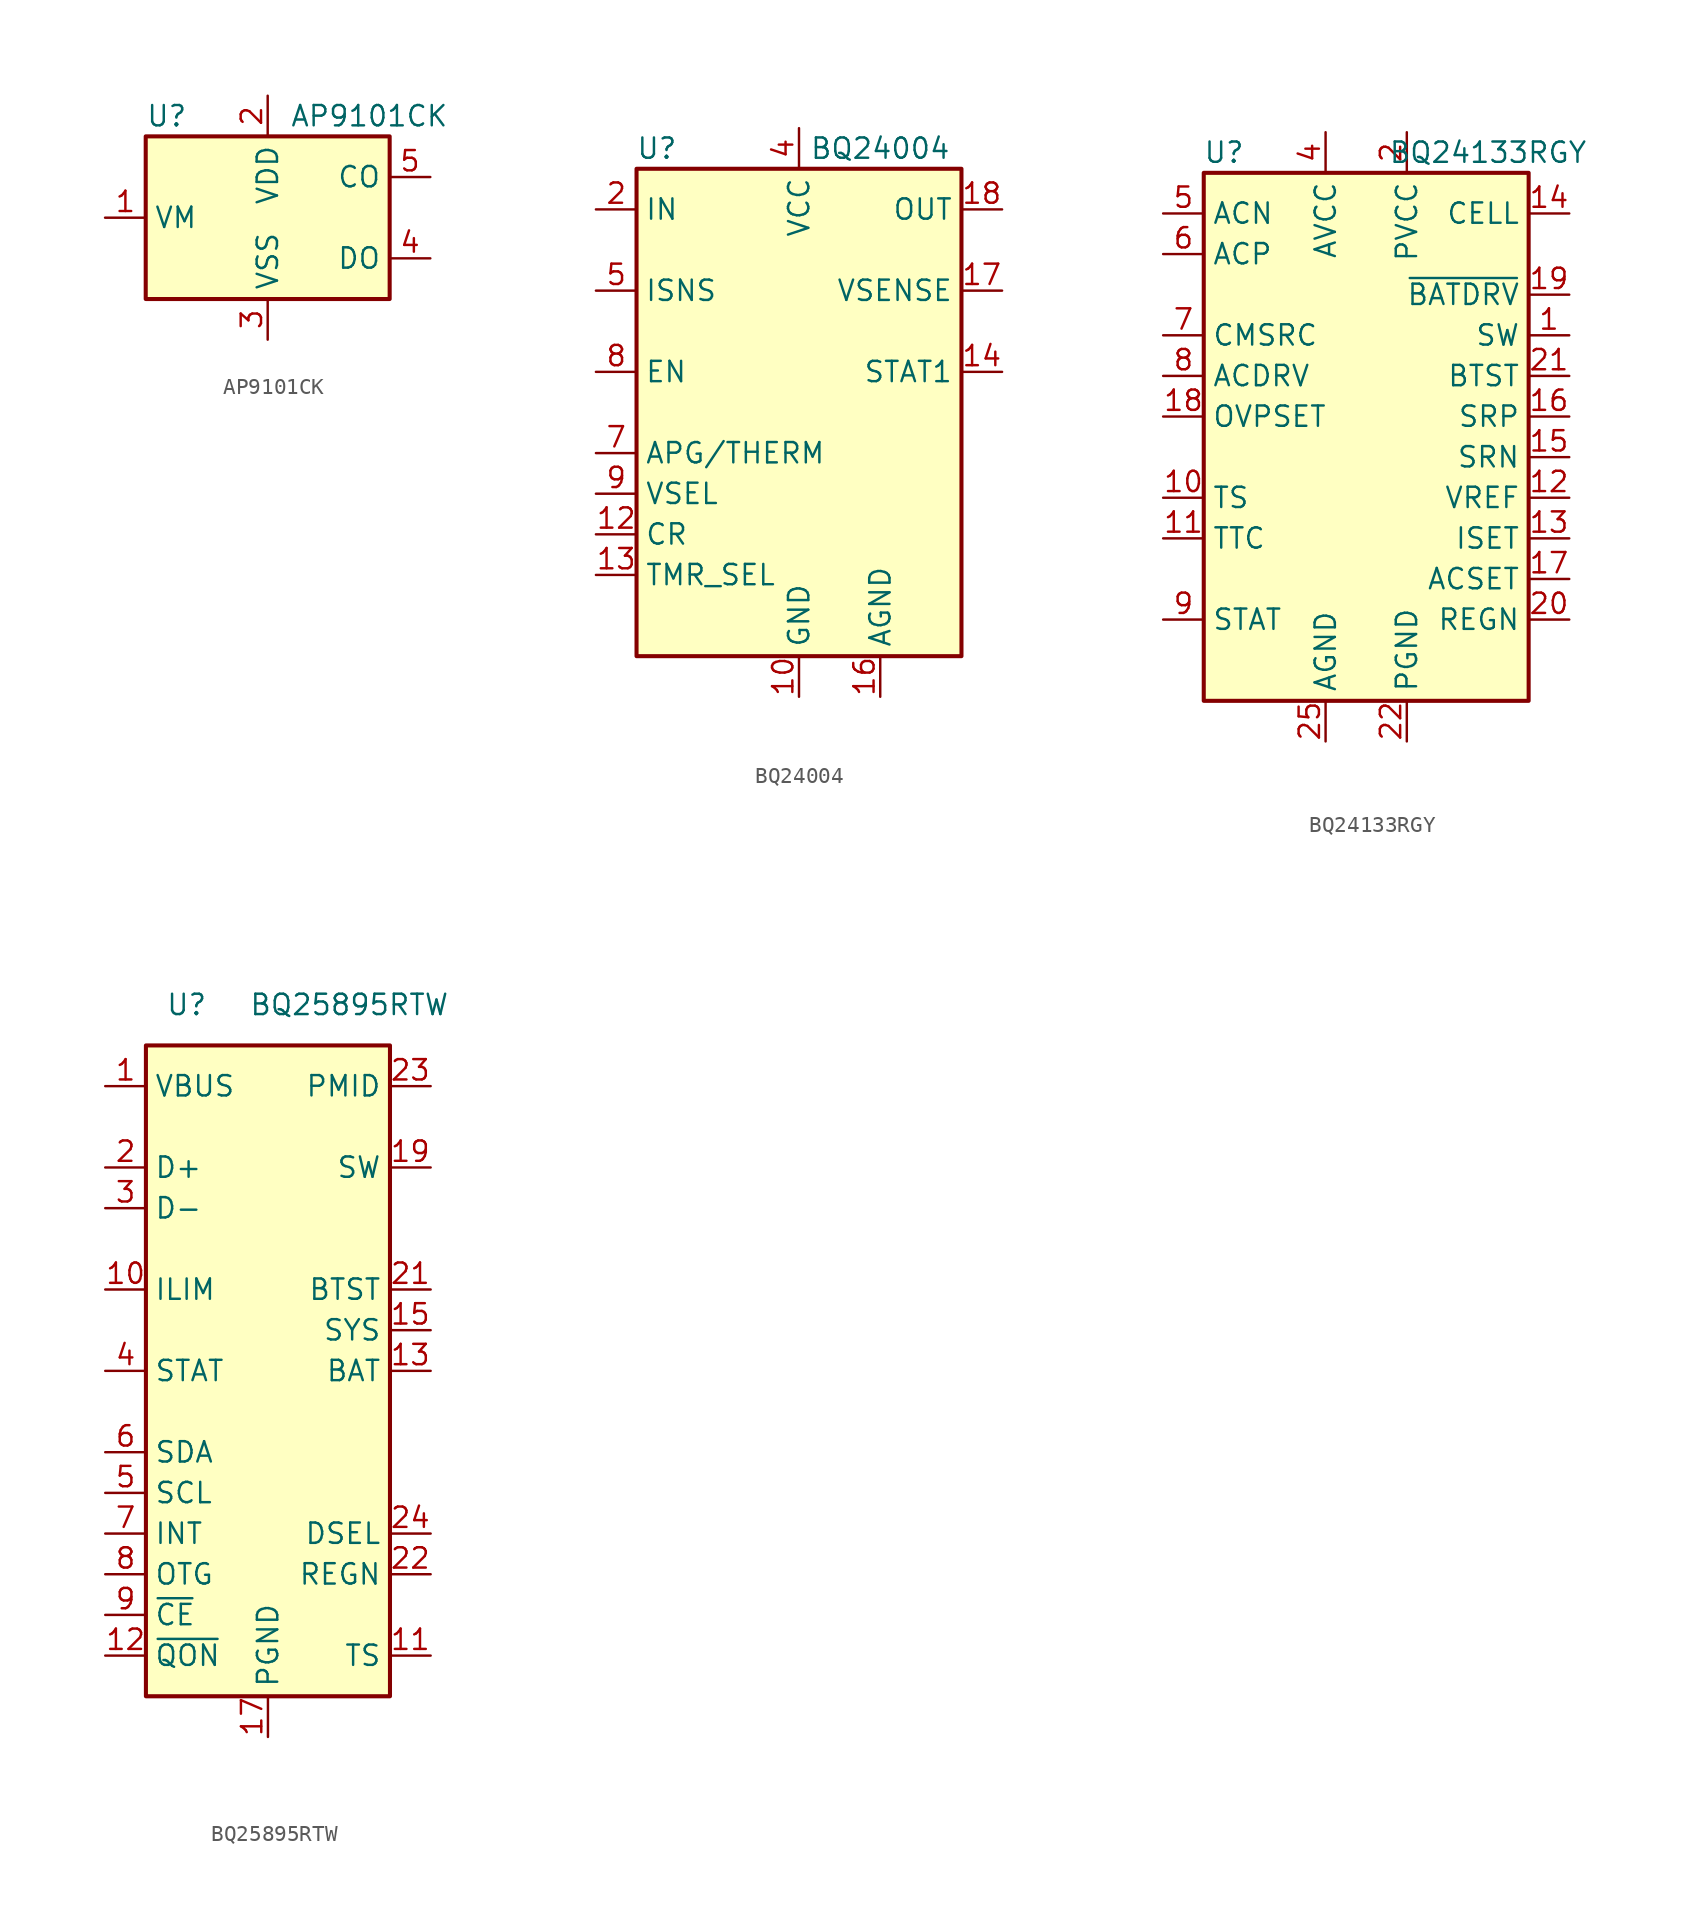
<source format=kicad_sym>
(kicad_symbol_lib
  (version 20211014)
  (generator kicad_symbol_editor)
  (symbol "AP9101CK"
    (property "Reference" "U"
      (at -7.62 6.35 0)
      (effects (font (size 1.27 1.27)) (justify left)))
    (property "Value" "AP9101CK"
      (at 6.35 6.35 0)
      (effects (font (size 1.27 1.27))))
    (symbol "AP9101CK_0_1"
      (rectangle (start -7.62 5.08) (end 7.62 -5.08) (stroke (width 0.254) (type default) (color 0 0 0 0)) (fill (type background))))
    (symbol "AP9101CK_1_1"
      (pin passive line (at -10.16 0 0) (length 2.54) (name "VM" (effects (font (size 1.27 1.27)))) (number "1" (effects (font (size 1.27 1.27)))))
      (pin power_in line (at 0 7.62 270) (length 2.54) (name "VDD" (effects (font (size 1.27 1.27)))) (number "2" (effects (font (size 1.27 1.27)))))
      (pin power_in line (at 0 -7.62 90) (length 2.54) (name "VSS" (effects (font (size 1.27 1.27)))) (number "3" (effects (font (size 1.27 1.27)))))
      (pin output line (at 10.16 -2.54 180) (length 2.54) (name "DO" (effects (font (size 1.27 1.27)))) (number "4" (effects (font (size 1.27 1.27)))))
      (pin output line (at 10.16 2.54 180) (length 2.54) (name "CO" (effects (font (size 1.27 1.27)))) (number "5" (effects (font (size 1.27 1.27)))))))
  (symbol "BQ24004"
    (property "Reference" "U"
      (at -8.89 16.51 0)
      (effects (font (size 1.27 1.27))))
    (property "Value" "BQ24004"
      (at 5.08 16.51 0)
      (effects (font (size 1.27 1.27))))
    (symbol "BQ24004_0_1"
      (rectangle (start -10.16 15.24) (end 10.16 -15.24) (stroke (width 0.254) (type default) (color 0 0 0 0)) (fill (type background))))
    (symbol "BQ24004_1_1"
      (pin no_connect line (at 10.16 -2.54 180) (length 2.54) hide (name "N/C" (effects (font (size 1.27 1.27)))) (number "1" (effects (font (size 1.27 1.27)))))
      (pin power_in line (at 0 -17.78 90) (length 2.54) (name "GND" (effects (font (size 1.27 1.27)))) (number "10" (effects (font (size 1.27 1.27)))))
      (pin no_connect line (at 10.16 -7.62 180) (length 2.54) hide (name "N/C" (effects (font (size 1.27 1.27)))) (number "11" (effects (font (size 1.27 1.27)))))
      (pin input line (at -12.7 -7.62 0) (length 2.54) (name "CR" (effects (font (size 1.27 1.27)))) (number "12" (effects (font (size 1.27 1.27)))))
      (pin input line (at -12.7 -10.16 0) (length 2.54) (name "TMR_SEL" (effects (font (size 1.27 1.27)))) (number "13" (effects (font (size 1.27 1.27)))))
      (pin output line (at 12.7 2.54 180) (length 2.54) (name "STAT1" (effects (font (size 1.27 1.27)))) (number "14" (effects (font (size 1.27 1.27)))))
      (pin no_connect line (at 10.16 0 180) (length 2.54) hide (name "N/C" (effects (font (size 1.27 1.27)))) (number "15" (effects (font (size 1.27 1.27)))))
      (pin power_in line (at 5.08 -17.78 90) (length 2.54) (name "AGND" (effects (font (size 1.27 1.27)))) (number "16" (effects (font (size 1.27 1.27)))))
      (pin input line (at 12.7 7.62 180) (length 2.54) (name "VSENSE" (effects (font (size 1.27 1.27)))) (number "17" (effects (font (size 1.27 1.27)))))
      (pin output line (at 12.7 12.7 180) (length 2.54) (name "OUT" (effects (font (size 1.27 1.27)))) (number "18" (effects (font (size 1.27 1.27)))))
      (pin passive line (at 12.7 12.7 180) (length 2.54) hide (name "OUT" (effects (font (size 1.27 1.27)))) (number "19" (effects (font (size 1.27 1.27)))))
      (pin input line (at -12.7 12.7 0) (length 2.54) (name "IN" (effects (font (size 1.27 1.27)))) (number "2" (effects (font (size 1.27 1.27)))))
      (pin no_connect line (at 10.16 -10.16 180) (length 2.54) hide (name "N/C" (effects (font (size 1.27 1.27)))) (number "20" (effects (font (size 1.27 1.27)))))
      (pin passive line (at 0 -17.78 90) (length 2.54) hide (name "GND" (effects (font (size 1.27 1.27)))) (number "21" (effects (font (size 1.27 1.27)))))
      (pin input line (at -12.7 12.7 0) (length 2.54) hide (name "IN" (effects (font (size 1.27 1.27)))) (number "3" (effects (font (size 1.27 1.27)))))
      (pin power_in line (at 0 17.78 270) (length 2.54) (name "VCC" (effects (font (size 1.27 1.27)))) (number "4" (effects (font (size 1.27 1.27)))))
      (pin input line (at -12.7 7.62 0) (length 2.54) (name "ISNS" (effects (font (size 1.27 1.27)))) (number "5" (effects (font (size 1.27 1.27)))))
      (pin no_connect line (at 10.16 -5.08 180) (length 2.54) hide (name "N/C" (effects (font (size 1.27 1.27)))) (number "6" (effects (font (size 1.27 1.27)))))
      (pin input line (at -12.7 -2.54 0) (length 2.54) (name "APG/THERM" (effects (font (size 1.27 1.27)))) (number "7" (effects (font (size 1.27 1.27)))))
      (pin input line (at -12.7 2.54 0) (length 2.54) (name "EN" (effects (font (size 1.27 1.27)))) (number "8" (effects (font (size 1.27 1.27)))))
      (pin input line (at -12.7 -5.08 0) (length 2.54) (name "VSEL" (effects (font (size 1.27 1.27)))) (number "9" (effects (font (size 1.27 1.27)))))))
  (symbol "BQ24133RGY"
    (property "Reference" "U"
      (at -8.89 19.05 0)
      (effects (font (size 1.27 1.27))))
    (property "Value" "BQ24133RGY"
      (at 7.62 19.05 0)
      (effects (font (size 1.27 1.27))))
    (symbol "BQ24133RGY_0_1"
      (rectangle (start -10.16 -15.24) (end 10.16 17.78) (stroke (width 0.254) (type default) (color 0 0 0 0)) (fill (type background))))
    (symbol "BQ24133RGY_1_1"
      (pin power_out line (at 12.7 7.62 180) (length 2.54) (name "SW" (effects (font (size 1.27 1.27)))) (number "1" (effects (font (size 1.27 1.27)))))
      (pin input line (at -12.7 -2.54 0) (length 2.54) (name "TS" (effects (font (size 1.27 1.27)))) (number "10" (effects (font (size 1.27 1.27)))))
      (pin passive line (at -12.7 -5.08 0) (length 2.54) (name "TTC" (effects (font (size 1.27 1.27)))) (number "11" (effects (font (size 1.27 1.27)))))
      (pin power_out line (at 12.7 -2.54 180) (length 2.54) (name "VREF" (effects (font (size 1.27 1.27)))) (number "12" (effects (font (size 1.27 1.27)))))
      (pin input line (at 12.7 -5.08 180) (length 2.54) (name "ISET" (effects (font (size 1.27 1.27)))) (number "13" (effects (font (size 1.27 1.27)))))
      (pin passive line (at 12.7 15.24 180) (length 2.54) (name "CELL" (effects (font (size 1.27 1.27)))) (number "14" (effects (font (size 1.27 1.27)))))
      (pin input line (at 12.7 0 180) (length 2.54) (name "SRN" (effects (font (size 1.27 1.27)))) (number "15" (effects (font (size 1.27 1.27)))))
      (pin input line (at 12.7 2.54 180) (length 2.54) (name "SRP" (effects (font (size 1.27 1.27)))) (number "16" (effects (font (size 1.27 1.27)))))
      (pin input line (at 12.7 -7.62 180) (length 2.54) (name "ACSET" (effects (font (size 1.27 1.27)))) (number "17" (effects (font (size 1.27 1.27)))))
      (pin input line (at -12.7 2.54 0) (length 2.54) (name "OVPSET" (effects (font (size 1.27 1.27)))) (number "18" (effects (font (size 1.27 1.27)))))
      (pin output line (at 12.7 10.16 180) (length 2.54) (name "~{BATDRV}" (effects (font (size 1.27 1.27)))) (number "19" (effects (font (size 1.27 1.27)))))
      (pin power_in line (at 2.54 20.32 270) (length 2.54) (name "PVCC" (effects (font (size 1.27 1.27)))) (number "2" (effects (font (size 1.27 1.27)))))
      (pin passive line (at 12.7 -10.16 180) (length 2.54) (name "REGN" (effects (font (size 1.27 1.27)))) (number "20" (effects (font (size 1.27 1.27)))))
      (pin passive line (at 12.7 5.08 180) (length 2.54) (name "BTST" (effects (font (size 1.27 1.27)))) (number "21" (effects (font (size 1.27 1.27)))))
      (pin power_in line (at 2.54 -17.78 90) (length 2.54) (name "PGND" (effects (font (size 1.27 1.27)))) (number "22" (effects (font (size 1.27 1.27)))))
      (pin passive line (at 2.54 -17.78 90) (length 2.54) hide (name "PGND" (effects (font (size 1.27 1.27)))) (number "23" (effects (font (size 1.27 1.27)))))
      (pin passive line (at 12.7 7.62 180) (length 2.54) hide (name "SW" (effects (font (size 1.27 1.27)))) (number "24" (effects (font (size 1.27 1.27)))))
      (pin power_in line (at -2.54 -17.78 90) (length 2.54) (name "AGND" (effects (font (size 1.27 1.27)))) (number "25" (effects (font (size 1.27 1.27)))))
      (pin passive line (at 2.54 20.32 270) (length 2.54) hide (name "PVCC" (effects (font (size 1.27 1.27)))) (number "3" (effects (font (size 1.27 1.27)))))
      (pin power_in line (at -2.54 20.32 270) (length 2.54) (name "AVCC" (effects (font (size 1.27 1.27)))) (number "4" (effects (font (size 1.27 1.27)))))
      (pin input line (at -12.7 15.24 0) (length 2.54) (name "ACN" (effects (font (size 1.27 1.27)))) (number "5" (effects (font (size 1.27 1.27)))))
      (pin input line (at -12.7 12.7 0) (length 2.54) (name "ACP" (effects (font (size 1.27 1.27)))) (number "6" (effects (font (size 1.27 1.27)))))
      (pin output line (at -12.7 7.62 0) (length 2.54) (name "CMSRC" (effects (font (size 1.27 1.27)))) (number "7" (effects (font (size 1.27 1.27)))))
      (pin output line (at -12.7 5.08 0) (length 2.54) (name "ACDRV" (effects (font (size 1.27 1.27)))) (number "8" (effects (font (size 1.27 1.27)))))
      (pin open_collector line (at -12.7 -10.16 0) (length 2.54) (name "STAT" (effects (font (size 1.27 1.27)))) (number "9" (effects (font (size 1.27 1.27)))))))
  (symbol "BQ25895RTW"
    (property "Reference" "U"
      (at -5.08 22.86 0)
      (effects (font (size 1.27 1.27))))
    (property "Value" "BQ25895RTW"
      (at 5.08 22.86 0)
      (effects (font (size 1.27 1.27))))
    (symbol "BQ25895RTW_0_1"
      (rectangle (start -7.62 20.32) (end 7.62 -20.32) (stroke (width 0.254) (type default) (color 0 0 0 0)) (fill (type background))))
    (symbol "BQ25895RTW_1_1"
      (pin power_in line (at -10.16 17.78 0) (length 2.54) (name "VBUS" (effects (font (size 1.27 1.27)))) (number "1" (effects (font (size 1.27 1.27)))))
      (pin passive line (at -10.16 5.08 0) (length 2.54) (name "ILIM" (effects (font (size 1.27 1.27)))) (number "10" (effects (font (size 1.27 1.27)))))
      (pin passive line (at 10.16 -17.78 180) (length 2.54) (name "TS" (effects (font (size 1.27 1.27)))) (number "11" (effects (font (size 1.27 1.27)))))
      (pin input line (at -10.16 -17.78 0) (length 2.54) (name "~{QON}" (effects (font (size 1.27 1.27)))) (number "12" (effects (font (size 1.27 1.27)))))
      (pin passive line (at 10.16 0 180) (length 2.54) (name "BAT" (effects (font (size 1.27 1.27)))) (number "13" (effects (font (size 1.27 1.27)))))
      (pin passive line (at 10.16 0 180) (length 2.54) hide (name "BAT" (effects (font (size 1.27 1.27)))) (number "14" (effects (font (size 1.27 1.27)))))
      (pin passive line (at 10.16 2.54 180) (length 2.54) (name "SYS" (effects (font (size 1.27 1.27)))) (number "15" (effects (font (size 1.27 1.27)))))
      (pin passive line (at 10.16 2.54 180) (length 2.54) hide (name "SYS" (effects (font (size 1.27 1.27)))) (number "16" (effects (font (size 1.27 1.27)))))
      (pin power_in line (at 0 -22.86 90) (length 2.54) (name "PGND" (effects (font (size 1.27 1.27)))) (number "17" (effects (font (size 1.27 1.27)))))
      (pin passive line (at 0 -22.86 90) (length 2.54) hide (name "PGND" (effects (font (size 1.27 1.27)))) (number "18" (effects (font (size 1.27 1.27)))))
      (pin power_out line (at 10.16 12.7 180) (length 2.54) (name "SW" (effects (font (size 1.27 1.27)))) (number "19" (effects (font (size 1.27 1.27)))))
      (pin bidirectional line (at -10.16 12.7 0) (length 2.54) (name "D+" (effects (font (size 1.27 1.27)))) (number "2" (effects (font (size 1.27 1.27)))))
      (pin passive line (at 10.16 12.7 180) (length 2.54) hide (name "SW" (effects (font (size 1.27 1.27)))) (number "20" (effects (font (size 1.27 1.27)))))
      (pin passive line (at 10.16 5.08 180) (length 2.54) (name "BTST" (effects (font (size 1.27 1.27)))) (number "21" (effects (font (size 1.27 1.27)))))
      (pin passive line (at 10.16 -12.7 180) (length 2.54) (name "REGN" (effects (font (size 1.27 1.27)))) (number "22" (effects (font (size 1.27 1.27)))))
      (pin power_out line (at 10.16 17.78 180) (length 2.54) (name "PMID" (effects (font (size 1.27 1.27)))) (number "23" (effects (font (size 1.27 1.27)))))
      (pin open_collector line (at 10.16 -10.16 180) (length 2.54) (name "DSEL" (effects (font (size 1.27 1.27)))) (number "24" (effects (font (size 1.27 1.27)))))
      (pin passive line (at 0 -22.86 90) (length 2.54) hide (name "PGND" (effects (font (size 1.27 1.27)))) (number "25" (effects (font (size 1.27 1.27)))))
      (pin bidirectional line (at -10.16 10.16 0) (length 2.54) (name "D-" (effects (font (size 1.27 1.27)))) (number "3" (effects (font (size 1.27 1.27)))))
      (pin open_collector line (at -10.16 0 0) (length 2.54) (name "STAT" (effects (font (size 1.27 1.27)))) (number "4" (effects (font (size 1.27 1.27)))))
      (pin input line (at -10.16 -7.62 0) (length 2.54) (name "SCL" (effects (font (size 1.27 1.27)))) (number "5" (effects (font (size 1.27 1.27)))))
      (pin bidirectional line (at -10.16 -5.08 0) (length 2.54) (name "SDA" (effects (font (size 1.27 1.27)))) (number "6" (effects (font (size 1.27 1.27)))))
      (pin open_collector line (at -10.16 -10.16 0) (length 2.54) (name "INT" (effects (font (size 1.27 1.27)))) (number "7" (effects (font (size 1.27 1.27)))))
      (pin input line (at -10.16 -12.7 0) (length 2.54) (name "OTG" (effects (font (size 1.27 1.27)))) (number "8" (effects (font (size 1.27 1.27)))))
      (pin input line (at -10.16 -15.24 0) (length 2.54) (name "~{CE}" (effects (font (size 1.27 1.27)))) (number "9" (effects (font (size 1.27 1.27))))))))
</source>
